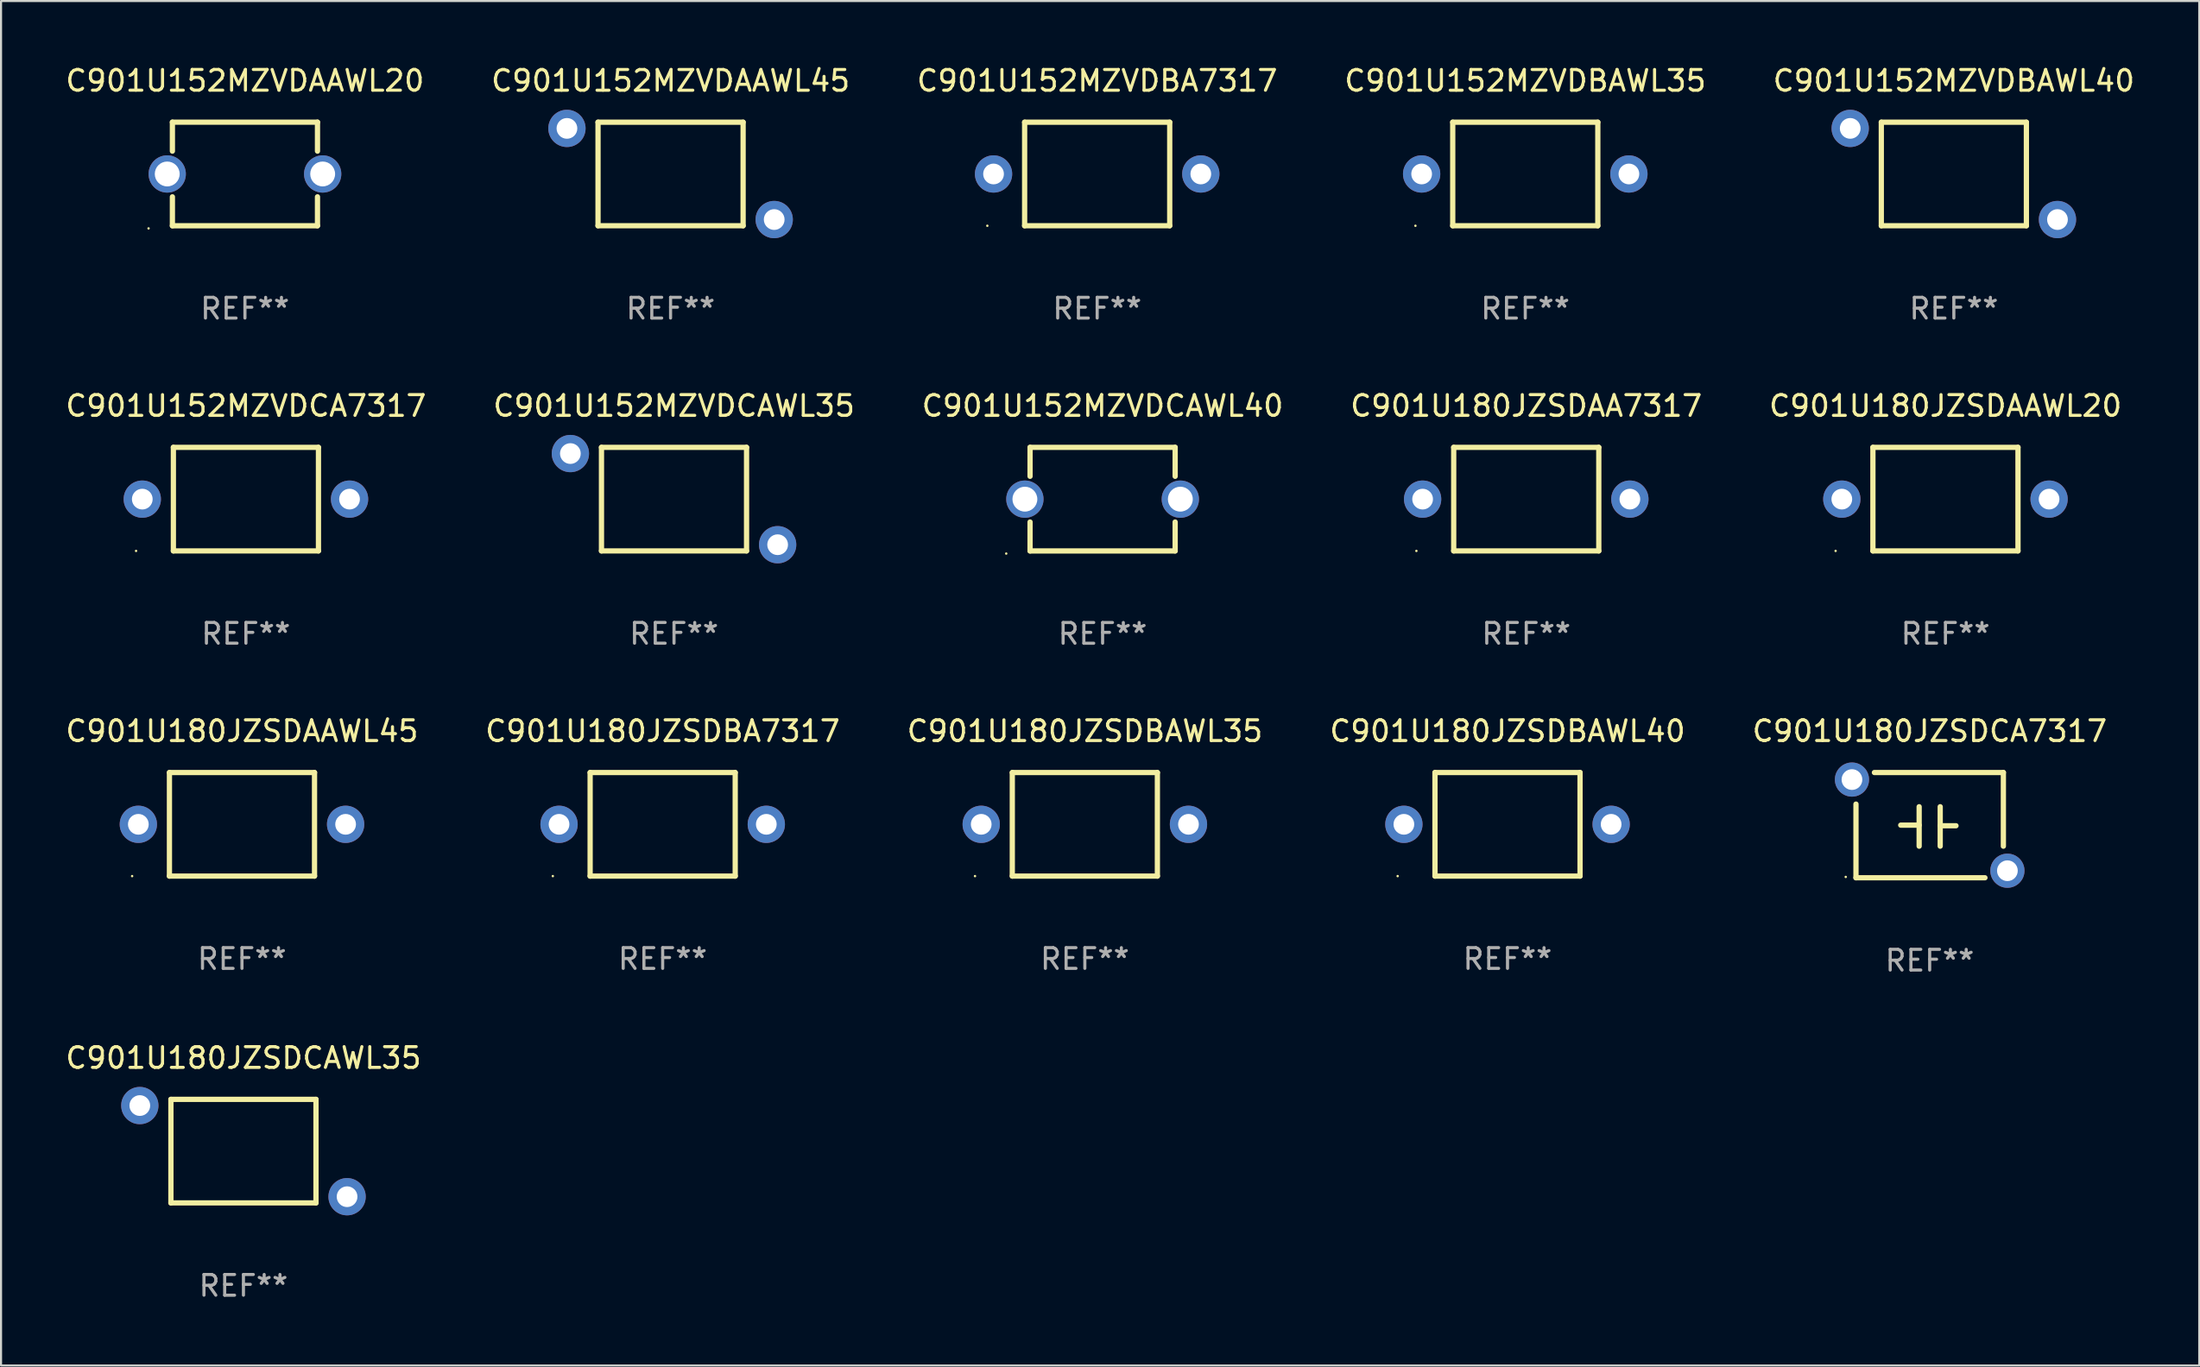
<source format=kicad_pcb>
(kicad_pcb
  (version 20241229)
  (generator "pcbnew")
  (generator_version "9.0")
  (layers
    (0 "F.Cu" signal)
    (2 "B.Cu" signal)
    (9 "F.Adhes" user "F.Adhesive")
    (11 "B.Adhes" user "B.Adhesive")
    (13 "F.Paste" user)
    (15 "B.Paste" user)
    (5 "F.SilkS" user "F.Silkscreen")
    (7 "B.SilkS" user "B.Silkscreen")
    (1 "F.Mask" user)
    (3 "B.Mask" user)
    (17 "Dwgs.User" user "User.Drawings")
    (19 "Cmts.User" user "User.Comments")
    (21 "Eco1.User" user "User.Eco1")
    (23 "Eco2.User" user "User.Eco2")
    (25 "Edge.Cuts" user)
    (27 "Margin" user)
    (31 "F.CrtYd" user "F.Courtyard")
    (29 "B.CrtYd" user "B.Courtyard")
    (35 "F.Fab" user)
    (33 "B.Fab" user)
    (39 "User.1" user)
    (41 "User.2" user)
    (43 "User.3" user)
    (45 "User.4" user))
  (footprint "C901U152MZVDCAWL35"
    (layer "F.Cu")
    (at 29.47 21.044)
    (property "Reference" "C901U152MZVDCAWL35" (at 0 -4.499 0) (layer "F.SilkS") (effects (font (size 1 1) (thickness 0.15))))
    (attr through_hole)
    (fp_line (start -3.5 -2.499) (end -3.5 2.499) (stroke (width 0.254) (type solid)) (layer "F.SilkS"))
    (fp_line (start -3.5 2.499) (end 3.5 2.499) (stroke (width 0.254) (type solid)) (layer "F.SilkS"))
    (fp_line (start 3.5 -2.499) (end -3.5 -2.499) (stroke (width 0.254) (type solid)) (layer "F.SilkS"))
    (fp_line (start 3.5 2.499) (end 3.5 -2.499) (stroke (width 0.254) (type solid)) (layer "F.SilkS"))
    (fp_circle (center -5.3 -2.502) (end -5.27 -2.502) (stroke (width 0.06) (type solid)) (fill no) (layer "F.SilkS"))
    (fp_text user "REF**" (at 0 6.499 0) (layer "F.Fab") (effects (font (size 1 1) (thickness 0.15))))
    (pad "1" thru_hole circle (at -5 -2.2) (size 1.8 1.8) (drill 1) (layers "*.Cu" "*.Mask"))
    (pad "2" thru_hole circle (at 5 2.2) (size 1.8 1.8) (drill 1) (layers "*.Cu" "*.Mask")))
  (footprint "C901U180JZSDAAWL20"
    (layer "F.Cu")
    (at 90.815 21.044)
    (property "Reference" "C901U180JZSDAAWL20" (at 0 -4.499 0) (layer "F.SilkS") (effects (font (size 1 1) (thickness 0.15))))
    (attr through_hole)
    (fp_line (start -3.5 -2.499) (end 3.5 -2.499) (stroke (width 0.254) (type solid)) (layer "F.SilkS"))
    (fp_line (start -3.5 2.499) (end -3.5 -2.499) (stroke (width 0.254) (type solid)) (layer "F.SilkS"))
    (fp_line (start 3.5 -2.499) (end 3.5 2.499) (stroke (width 0.254) (type solid)) (layer "F.SilkS"))
    (fp_line (start 3.5 2.499) (end -3.5 2.499) (stroke (width 0.254) (type solid)) (layer "F.SilkS"))
    (fp_circle (center -5.3 2.5) (end -5.27 2.5) (stroke (width 0.06) (type solid)) (fill no) (layer "F.SilkS"))
    (fp_text user "REF**" (at 0 6.499 0) (layer "F.Fab") (effects (font (size 1 1) (thickness 0.15))))
    (pad "1" thru_hole circle (at -5 0) (size 1.8 1.8) (drill 1) (layers "*.Cu" "*.Mask"))
    (pad "2" thru_hole circle (at 5 0) (size 1.8 1.8) (drill 1) (layers "*.Cu" "*.Mask")))
  (footprint "C901U180JZSDAAWL45"
    (layer "F.Cu")
    (at 8.625 36.741)
    (property "Reference" "C901U180JZSDAAWL45" (at 0 -4.499 0) (layer "F.SilkS") (effects (font (size 1 1) (thickness 0.15))))
    (attr through_hole)
    (fp_line (start -3.5 -2.499) (end 3.5 -2.499) (stroke (width 0.254) (type solid)) (layer "F.SilkS"))
    (fp_line (start -3.5 2.499) (end -3.5 -2.499) (stroke (width 0.254) (type solid)) (layer "F.SilkS"))
    (fp_line (start 3.5 -2.499) (end 3.5 2.499) (stroke (width 0.254) (type solid)) (layer "F.SilkS"))
    (fp_line (start 3.5 2.499) (end -3.5 2.499) (stroke (width 0.254) (type solid)) (layer "F.SilkS"))
    (fp_circle (center -5.3 2.5) (end -5.27 2.5) (stroke (width 0.06) (type solid)) (fill no) (layer "F.SilkS"))
    (fp_text user "REF**" (at 0 6.499 0) (layer "F.Fab") (effects (font (size 1 1) (thickness 0.15))))
    (pad "1" thru_hole circle (at -5 0) (size 1.8 1.8) (drill 1) (layers "*.Cu" "*.Mask"))
    (pad "2" thru_hole circle (at 5 0) (size 1.8 1.8) (drill 1) (layers "*.Cu" "*.Mask")))
  (footprint "C901U152MZVDBAWL35"
    (layer "F.Cu")
    (at 70.542 5.348)
    (property "Reference" "C901U152MZVDBAWL35" (at 0 -4.499 0) (layer "F.SilkS") (effects (font (size 1 1) (thickness 0.15))))
    (attr through_hole)
    (fp_line (start -3.5 -2.499) (end 3.5 -2.499) (stroke (width 0.254) (type solid)) (layer "F.SilkS"))
    (fp_line (start -3.5 2.499) (end -3.5 -2.499) (stroke (width 0.254) (type solid)) (layer "F.SilkS"))
    (fp_line (start 3.5 -2.499) (end 3.5 2.499) (stroke (width 0.254) (type solid)) (layer "F.SilkS"))
    (fp_line (start 3.5 2.499) (end -3.5 2.499) (stroke (width 0.254) (type solid)) (layer "F.SilkS"))
    (fp_circle (center -5.3 2.5) (end -5.27 2.5) (stroke (width 0.06) (type solid)) (fill no) (layer "F.SilkS"))
    (fp_text user "REF**" (at 0 6.499 0) (layer "F.Fab") (effects (font (size 1 1) (thickness 0.15))))
    (pad "1" thru_hole circle (at -5 0) (size 1.8 1.8) (drill 1) (layers "*.Cu" "*.Mask"))
    (pad "2" thru_hole circle (at 5 0) (size 1.8 1.8) (drill 1) (layers "*.Cu" "*.Mask")))
  (footprint "C901U152MZVDCA7317"
    (layer "F.Cu")
    (at 8.815 21.044)
    (property "Reference" "C901U152MZVDCA7317" (at 0 -4.499 0) (layer "F.SilkS") (effects (font (size 1 1) (thickness 0.15))))
    (attr through_hole)
    (fp_line (start -3.5 -2.499) (end 3.5 -2.499) (stroke (width 0.254) (type solid)) (layer "F.SilkS"))
    (fp_line (start -3.5 2.499) (end -3.5 -2.499) (stroke (width 0.254) (type solid)) (layer "F.SilkS"))
    (fp_line (start 3.5 -2.499) (end 3.5 2.499) (stroke (width 0.254) (type solid)) (layer "F.SilkS"))
    (fp_line (start 3.5 2.499) (end -3.5 2.499) (stroke (width 0.254) (type solid)) (layer "F.SilkS"))
    (fp_circle (center -5.3 2.5) (end -5.27 2.5) (stroke (width 0.06) (type solid)) (fill no) (layer "F.SilkS"))
    (fp_text user "REF**" (at 0 6.499 0) (layer "F.Fab") (effects (font (size 1 1) (thickness 0.15))))
    (pad "1" thru_hole circle (at -5 0) (size 1.8 1.8) (drill 1) (layers "*.Cu" "*.Mask"))
    (pad "2" thru_hole circle (at 5 0) (size 1.8 1.8) (drill 1) (layers "*.Cu" "*.Mask")))
  (footprint "C901U180JZSDBAWL40"
    (layer "F.Cu")
    (at 69.685 36.741)
    (property "Reference" "C901U180JZSDBAWL40" (at 0 -4.499 0) (layer "F.SilkS") (effects (font (size 1 1) (thickness 0.15))))
    (attr through_hole)
    (fp_line (start -3.5 -2.499) (end 3.5 -2.499) (stroke (width 0.254) (type solid)) (layer "F.SilkS"))
    (fp_line (start -3.5 2.499) (end -3.5 -2.499) (stroke (width 0.254) (type solid)) (layer "F.SilkS"))
    (fp_line (start 3.5 -2.499) (end 3.5 2.499) (stroke (width 0.254) (type solid)) (layer "F.SilkS"))
    (fp_line (start 3.5 2.499) (end -3.5 2.499) (stroke (width 0.254) (type solid)) (layer "F.SilkS"))
    (fp_circle (center -5.3 2.5) (end -5.27 2.5) (stroke (width 0.06) (type solid)) (fill no) (layer "F.SilkS"))
    (fp_text user "REF**" (at 0 6.499 0) (layer "F.Fab") (effects (font (size 1 1) (thickness 0.15))))
    (pad "1" thru_hole circle (at -5 0) (size 1.8 1.8) (drill 1) (layers "*.Cu" "*.Mask"))
    (pad "2" thru_hole circle (at 5 0) (size 1.8 1.8) (drill 1) (layers "*.Cu" "*.Mask")))
  (footprint "C901U152MZVDBAWL40"
    (layer "F.Cu")
    (at 91.22 5.348)
    (property "Reference" "C901U152MZVDBAWL40" (at 0 -4.499 0) (layer "F.SilkS") (effects (font (size 1 1) (thickness 0.15))))
    (attr through_hole)
    (fp_line (start -3.5 -2.499) (end -3.5 2.499) (stroke (width 0.254) (type solid)) (layer "F.SilkS"))
    (fp_line (start -3.5 2.499) (end 3.5 2.499) (stroke (width 0.254) (type solid)) (layer "F.SilkS"))
    (fp_line (start 3.5 -2.499) (end -3.5 -2.499) (stroke (width 0.254) (type solid)) (layer "F.SilkS"))
    (fp_line (start 3.5 2.499) (end 3.5 -2.499) (stroke (width 0.254) (type solid)) (layer "F.SilkS"))
    (fp_circle (center -5.3 -2.502) (end -5.27 -2.502) (stroke (width 0.06) (type solid)) (fill no) (layer "F.SilkS"))
    (fp_text user "REF**" (at 0 6.499 0) (layer "F.Fab") (effects (font (size 1 1) (thickness 0.15))))
    (pad "1" thru_hole circle (at -5 -2.2) (size 1.8 1.8) (drill 1) (layers "*.Cu" "*.Mask"))
    (pad "2" thru_hole circle (at 5 2.2) (size 1.8 1.8) (drill 1) (layers "*.Cu" "*.Mask")))
  (footprint "C901U180JZSDBA7317"
    (layer "F.Cu")
    (at 28.923 36.741)
    (property "Reference" "C901U180JZSDBA7317" (at 0 -4.499 0) (layer "F.SilkS") (effects (font (size 1 1) (thickness 0.15))))
    (attr through_hole)
    (fp_line (start -3.5 -2.499) (end 3.5 -2.499) (stroke (width 0.254) (type solid)) (layer "F.SilkS"))
    (fp_line (start -3.5 2.499) (end -3.5 -2.499) (stroke (width 0.254) (type solid)) (layer "F.SilkS"))
    (fp_line (start 3.5 -2.499) (end 3.5 2.499) (stroke (width 0.254) (type solid)) (layer "F.SilkS"))
    (fp_line (start 3.5 2.499) (end -3.5 2.499) (stroke (width 0.254) (type solid)) (layer "F.SilkS"))
    (fp_circle (center -5.3 2.5) (end -5.27 2.5) (stroke (width 0.06) (type solid)) (fill no) (layer "F.SilkS"))
    (fp_text user "REF**" (at 0 6.499 0) (layer "F.Fab") (effects (font (size 1 1) (thickness 0.15))))
    (pad "1" thru_hole circle (at -5 0) (size 1.8 1.8) (drill 1) (layers "*.Cu" "*.Mask"))
    (pad "2" thru_hole circle (at 5 0) (size 1.8 1.8) (drill 1) (layers "*.Cu" "*.Mask")))
  (footprint "C901U152MZVDBA7317"
    (layer "F.Cu")
    (at 49.887 5.348)
    (property "Reference" "C901U152MZVDBA7317" (at 0 -4.499 0) (layer "F.SilkS") (effects (font (size 1 1) (thickness 0.15))))
    (attr through_hole)
    (fp_line (start -3.5 -2.499) (end 3.5 -2.499) (stroke (width 0.254) (type solid)) (layer "F.SilkS"))
    (fp_line (start -3.5 2.499) (end -3.5 -2.499) (stroke (width 0.254) (type solid)) (layer "F.SilkS"))
    (fp_line (start 3.5 -2.499) (end 3.5 2.499) (stroke (width 0.254) (type solid)) (layer "F.SilkS"))
    (fp_line (start 3.5 2.499) (end -3.5 2.499) (stroke (width 0.254) (type solid)) (layer "F.SilkS"))
    (fp_circle (center -5.3 2.5) (end -5.27 2.5) (stroke (width 0.06) (type solid)) (fill no) (layer "F.SilkS"))
    (fp_text user "REF**" (at 0 6.499 0) (layer "F.Fab") (effects (font (size 1 1) (thickness 0.15))))
    (pad "1" thru_hole circle (at -5 0) (size 1.8 1.8) (drill 1) (layers "*.Cu" "*.Mask"))
    (pad "2" thru_hole circle (at 5 0) (size 1.8 1.8) (drill 1) (layers "*.Cu" "*.Mask")))
  (footprint "C901U152MZVDCAWL40"
    (layer "F.Cu")
    (at 50.149 21.045)
    (property "Reference" "C901U152MZVDCAWL40" (at 0 -4.5 0) (layer "F.SilkS") (effects (font (size 1 1) (thickness 0.15))))
    (attr through_hole)
    (fp_line (start -3.5 -2.5) (end -3.5 -1.103) (stroke (width 0.254) (type solid)) (layer "F.SilkS"))
    (fp_line (start -3.5 -2.5) (end 3.5 -2.5) (stroke (width 0.254) (type solid)) (layer "F.SilkS"))
    (fp_line (start -3.5 1.103) (end -3.5 2.5) (stroke (width 0.254) (type solid)) (layer "F.SilkS"))
    (fp_line (start 3.5 -2.5) (end 3.5 -1.103) (stroke (width 0.254) (type solid)) (layer "F.SilkS"))
    (fp_line (start 3.5 1.103) (end 3.5 2.5) (stroke (width 0.254) (type solid)) (layer "F.SilkS"))
    (fp_line (start 3.5 2.5) (end -3.5 2.5) (stroke (width 0.254) (type solid)) (layer "F.SilkS"))
    (fp_circle (center -4.65 2.627) (end -4.62 2.627) (stroke (width 0.06) (type solid)) (fill no) (layer "F.SilkS"))
    (fp_text user "REF**" (at 0 6.5 0) (layer "F.Fab") (effects (font (size 1 1) (thickness 0.15))))
    (pad "1" thru_hole circle (at -3.75 0) (size 1.8 1.8) (drill 1.2) (layers "*.Cu" "*.Mask"))
    (pad "2" thru_hole circle (at 3.75 0) (size 1.8 1.8) (drill 1.2) (layers "*.Cu" "*.Mask")))
  (footprint "C901U152MZVDAAWL20"
    (layer "F.Cu")
    (at 8.768 5.348)
    (property "Reference" "C901U152MZVDAAWL20" (at 0 -4.5 0) (layer "F.SilkS") (effects (font (size 1 1) (thickness 0.15))))
    (attr through_hole)
    (fp_line (start -3.5 -2.5) (end -3.5 -1.103) (stroke (width 0.254) (type solid)) (layer "F.SilkS"))
    (fp_line (start -3.5 -2.5) (end 3.5 -2.5) (stroke (width 0.254) (type solid)) (layer "F.SilkS"))
    (fp_line (start -3.5 1.103) (end -3.5 2.5) (stroke (width 0.254) (type solid)) (layer "F.SilkS"))
    (fp_line (start 3.5 -2.5) (end 3.5 -1.103) (stroke (width 0.254) (type solid)) (layer "F.SilkS"))
    (fp_line (start 3.5 1.103) (end 3.5 2.5) (stroke (width 0.254) (type solid)) (layer "F.SilkS"))
    (fp_line (start 3.5 2.5) (end -3.5 2.5) (stroke (width 0.254) (type solid)) (layer "F.SilkS"))
    (fp_circle (center -4.65 2.627) (end -4.62 2.627) (stroke (width 0.06) (type solid)) (fill no) (layer "F.SilkS"))
    (fp_text user "REF**" (at 0 6.5 0) (layer "F.Fab") (effects (font (size 1 1) (thickness 0.15))))
    (pad "1" thru_hole circle (at -3.75 0) (size 1.8 1.8) (drill 1.2) (layers "*.Cu" "*.Mask"))
    (pad "2" thru_hole circle (at 3.75 0) (size 1.8 1.8) (drill 1.2) (layers "*.Cu" "*.Mask")))
  (footprint "C901U180JZSDCA7317"
    (layer "F.Cu")
    (at 90.054 36.781)
    (property "Reference" "C901U180JZSDCA7317" (at 0 -4.54 0) (layer "F.SilkS") (effects (font (size 1 1) (thickness 0.15))))
    (attr through_hole)
    (fp_line (start -3.556 2.54) (end -3.556 -1.016) (stroke (width 0.254) (type solid)) (layer "F.SilkS"))
    (fp_line (start -1.397 0) (end -0.508 0) (stroke (width 0.254) (type solid)) (layer "F.SilkS"))
    (fp_line (start -0.508 -0.889) (end -0.508 1.016) (stroke (width 0.254) (type solid)) (layer "F.SilkS"))
    (fp_line (start 0.508 -0.889) (end 0.508 1.016) (stroke (width 0.254) (type solid)) (layer "F.SilkS"))
    (fp_line (start 0.508 0.029) (end 1.27 0.029) (stroke (width 0.254) (type solid)) (layer "F.SilkS"))
    (fp_line (start 2.667 2.54) (end -3.556 2.54) (stroke (width 0.254) (type solid)) (layer "F.SilkS"))
    (fp_line (start 3.556 -2.54) (end -2.667 -2.54) (stroke (width 0.254) (type solid)) (layer "F.SilkS"))
    (fp_line (start 3.556 -2.54) (end 3.556 1.016) (stroke (width 0.254) (type solid)) (layer "F.SilkS"))
    (fp_circle (center -4.05 2.5) (end -4.02 2.5) (stroke (width 0.06) (type solid)) (fill no) (layer "F.SilkS"))
    (fp_text user "REF**" (at 0 6.54 0) (layer "F.Fab") (effects (font (size 1 1) (thickness 0.15))))
    (pad "1" thru_hole circle (at -3.75 -2.2) (size 1.65 1.65) (drill 1) (layers "*.Cu" "*.Mask"))
    (pad "2" thru_hole circle (at 3.75 2.2) (size 1.65 1.65) (drill 1) (layers "*.Cu" "*.Mask")))
  (footprint "C901U180JZSDAA7317"
    (layer "F.Cu")
    (at 70.589 21.044)
    (property "Reference" "C901U180JZSDAA7317" (at 0 -4.499 0) (layer "F.SilkS") (effects (font (size 1 1) (thickness 0.15))))
    (attr through_hole)
    (fp_line (start -3.5 -2.499) (end 3.5 -2.499) (stroke (width 0.254) (type solid)) (layer "F.SilkS"))
    (fp_line (start -3.5 2.499) (end -3.5 -2.499) (stroke (width 0.254) (type solid)) (layer "F.SilkS"))
    (fp_line (start 3.5 -2.499) (end 3.5 2.499) (stroke (width 0.254) (type solid)) (layer "F.SilkS"))
    (fp_line (start 3.5 2.499) (end -3.5 2.499) (stroke (width 0.254) (type solid)) (layer "F.SilkS"))
    (fp_circle (center -5.3 2.5) (end -5.27 2.5) (stroke (width 0.06) (type solid)) (fill no) (layer "F.SilkS"))
    (fp_text user "REF**" (at 0 6.499 0) (layer "F.Fab") (effects (font (size 1 1) (thickness 0.15))))
    (pad "1" thru_hole circle (at -5 0) (size 1.8 1.8) (drill 1) (layers "*.Cu" "*.Mask"))
    (pad "2" thru_hole circle (at 5 0) (size 1.8 1.8) (drill 1) (layers "*.Cu" "*.Mask")))
  (footprint "C901U180JZSDBAWL35"
    (layer "F.Cu")
    (at 49.292 36.741)
    (property "Reference" "C901U180JZSDBAWL35" (at 0 -4.499 0) (layer "F.SilkS") (effects (font (size 1 1) (thickness 0.15))))
    (attr through_hole)
    (fp_line (start -3.5 -2.499) (end 3.5 -2.499) (stroke (width 0.254) (type solid)) (layer "F.SilkS"))
    (fp_line (start -3.5 2.499) (end -3.5 -2.499) (stroke (width 0.254) (type solid)) (layer "F.SilkS"))
    (fp_line (start 3.5 -2.499) (end 3.5 2.499) (stroke (width 0.254) (type solid)) (layer "F.SilkS"))
    (fp_line (start 3.5 2.499) (end -3.5 2.499) (stroke (width 0.254) (type solid)) (layer "F.SilkS"))
    (fp_circle (center -5.3 2.5) (end -5.27 2.5) (stroke (width 0.06) (type solid)) (fill no) (layer "F.SilkS"))
    (fp_text user "REF**" (at 0 6.499 0) (layer "F.Fab") (effects (font (size 1 1) (thickness 0.15))))
    (pad "1" thru_hole circle (at -5 0) (size 1.8 1.8) (drill 1) (layers "*.Cu" "*.Mask"))
    (pad "2" thru_hole circle (at 5 0) (size 1.8 1.8) (drill 1) (layers "*.Cu" "*.Mask")))
  (footprint "C901U180JZSDCAWL35"
    (layer "F.Cu")
    (at 8.696 52.517)
    (property "Reference" "C901U180JZSDCAWL35" (at 0 -4.499 0) (layer "F.SilkS") (effects (font (size 1 1) (thickness 0.15))))
    (attr through_hole)
    (fp_line (start -3.5 -2.499) (end -3.5 2.499) (stroke (width 0.254) (type solid)) (layer "F.SilkS"))
    (fp_line (start -3.5 2.499) (end 3.5 2.499) (stroke (width 0.254) (type solid)) (layer "F.SilkS"))
    (fp_line (start 3.5 -2.499) (end -3.5 -2.499) (stroke (width 0.254) (type solid)) (layer "F.SilkS"))
    (fp_line (start 3.5 2.499) (end 3.5 -2.499) (stroke (width 0.254) (type solid)) (layer "F.SilkS"))
    (fp_circle (center -5.3 -2.502) (end -5.27 -2.502) (stroke (width 0.06) (type solid)) (fill no) (layer "F.SilkS"))
    (fp_text user "REF**" (at 0 6.499 0) (layer "F.Fab") (effects (font (size 1 1) (thickness 0.15))))
    (pad "1" thru_hole circle (at -5 -2.2) (size 1.8 1.8) (drill 1) (layers "*.Cu" "*.Mask"))
    (pad "2" thru_hole circle (at 5 2.2) (size 1.8 1.8) (drill 1) (layers "*.Cu" "*.Mask")))
  (footprint "C901U152MZVDAAWL45"
    (layer "F.Cu")
    (at 29.304 5.348)
    (property "Reference" "C901U152MZVDAAWL45" (at 0 -4.499 0) (layer "F.SilkS") (effects (font (size 1 1) (thickness 0.15))))
    (attr through_hole)
    (fp_line (start -3.5 -2.499) (end -3.5 2.499) (stroke (width 0.254) (type solid)) (layer "F.SilkS"))
    (fp_line (start -3.5 2.499) (end 3.5 2.499) (stroke (width 0.254) (type solid)) (layer "F.SilkS"))
    (fp_line (start 3.5 -2.499) (end -3.5 -2.499) (stroke (width 0.254) (type solid)) (layer "F.SilkS"))
    (fp_line (start 3.5 2.499) (end 3.5 -2.499) (stroke (width 0.254) (type solid)) (layer "F.SilkS"))
    (fp_circle (center -5.3 -2.502) (end -5.27 -2.502) (stroke (width 0.06) (type solid)) (fill no) (layer "F.SilkS"))
    (fp_text user "REF**" (at 0 6.499 0) (layer "F.Fab") (effects (font (size 1 1) (thickness 0.15))))
    (pad "1" thru_hole circle (at -5 -2.2) (size 1.8 1.8) (drill 1) (layers "*.Cu" "*.Mask"))
    (pad "2" thru_hole circle (at 5 2.2) (size 1.8 1.8) (drill 1) (layers "*.Cu" "*.Mask")))
  (gr_rect
    (start -3 -3)
    (end 103.06 62.865)
    (stroke (width 0.1) (type default))
    (fill no)
    (layer "Edge.Cuts")))
</source>
